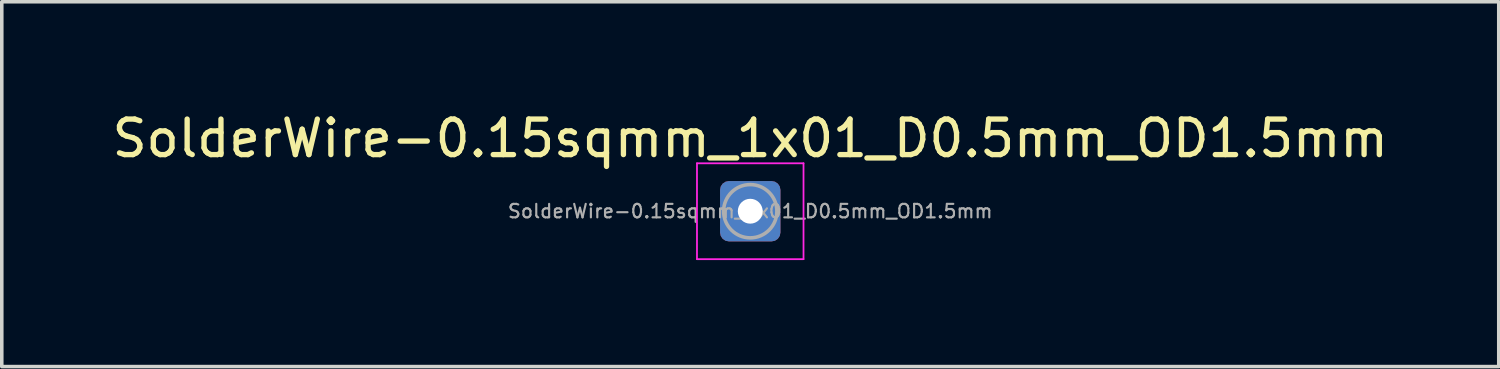
<source format=kicad_pcb>
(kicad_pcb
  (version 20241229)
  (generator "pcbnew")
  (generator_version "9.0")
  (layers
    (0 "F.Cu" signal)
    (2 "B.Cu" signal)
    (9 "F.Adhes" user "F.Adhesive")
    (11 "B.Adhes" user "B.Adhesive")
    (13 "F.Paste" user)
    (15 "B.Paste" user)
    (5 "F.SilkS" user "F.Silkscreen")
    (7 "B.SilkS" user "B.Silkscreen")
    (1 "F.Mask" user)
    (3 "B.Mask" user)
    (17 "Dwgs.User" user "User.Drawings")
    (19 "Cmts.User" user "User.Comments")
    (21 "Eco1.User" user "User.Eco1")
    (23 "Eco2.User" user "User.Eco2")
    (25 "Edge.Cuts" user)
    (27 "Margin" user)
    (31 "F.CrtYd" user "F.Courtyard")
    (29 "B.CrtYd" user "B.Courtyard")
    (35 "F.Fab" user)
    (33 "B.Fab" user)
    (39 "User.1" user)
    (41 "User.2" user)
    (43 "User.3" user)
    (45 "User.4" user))
  (footprint "SolderWire-0.15sqmm_1x01_D0.5mm_OD1.5mm"
    (layer "F.Cu")
    (at 18.077 2.898)
    (property "Reference" "SolderWire-0.15sqmm_1x01_D0.5mm_OD1.5mm" (at 0 -2.05 0) (layer "F.SilkS") (effects (font (size 1 1) (thickness 0.15))))
    (attr exclude_from_pos_files exclude_from_bom)
    (fp_line (start -1.5 -1.35) (end -1.5 1.35) (stroke (width 0.05) (type solid)) (layer "F.CrtYd"))
    (fp_line (start -1.5 1.35) (end 1.5 1.35) (stroke (width 0.05) (type solid)) (layer "F.CrtYd"))
    (fp_line (start 1.5 -1.35) (end -1.5 -1.35) (stroke (width 0.05) (type solid)) (layer "F.CrtYd"))
    (fp_line (start 1.5 1.35) (end 1.5 -1.35) (stroke (width 0.05) (type solid)) (layer "F.CrtYd"))
    (fp_circle (center 0 0) (end 0.75 0) (stroke (width 0.1) (type solid)) (fill no) (layer "F.Fab"))
    (fp_text user "${REFERENCE}" (at 0 0 0) (layer "F.Fab") (effects (font (size 0.38 0.38) (thickness 0.06))))
    (pad "1" thru_hole roundrect (at 0 0) (size 1.7 1.7) (drill 0.7) (layers "*.Cu" "*.Mask") (roundrect_rratio 0.147)))
  (gr_rect
    (start -3 -3)
    (end 39.155 7.273)
    (stroke (width 0.1) (type default))
    (fill no)
    (layer "Edge.Cuts")))
</source>
